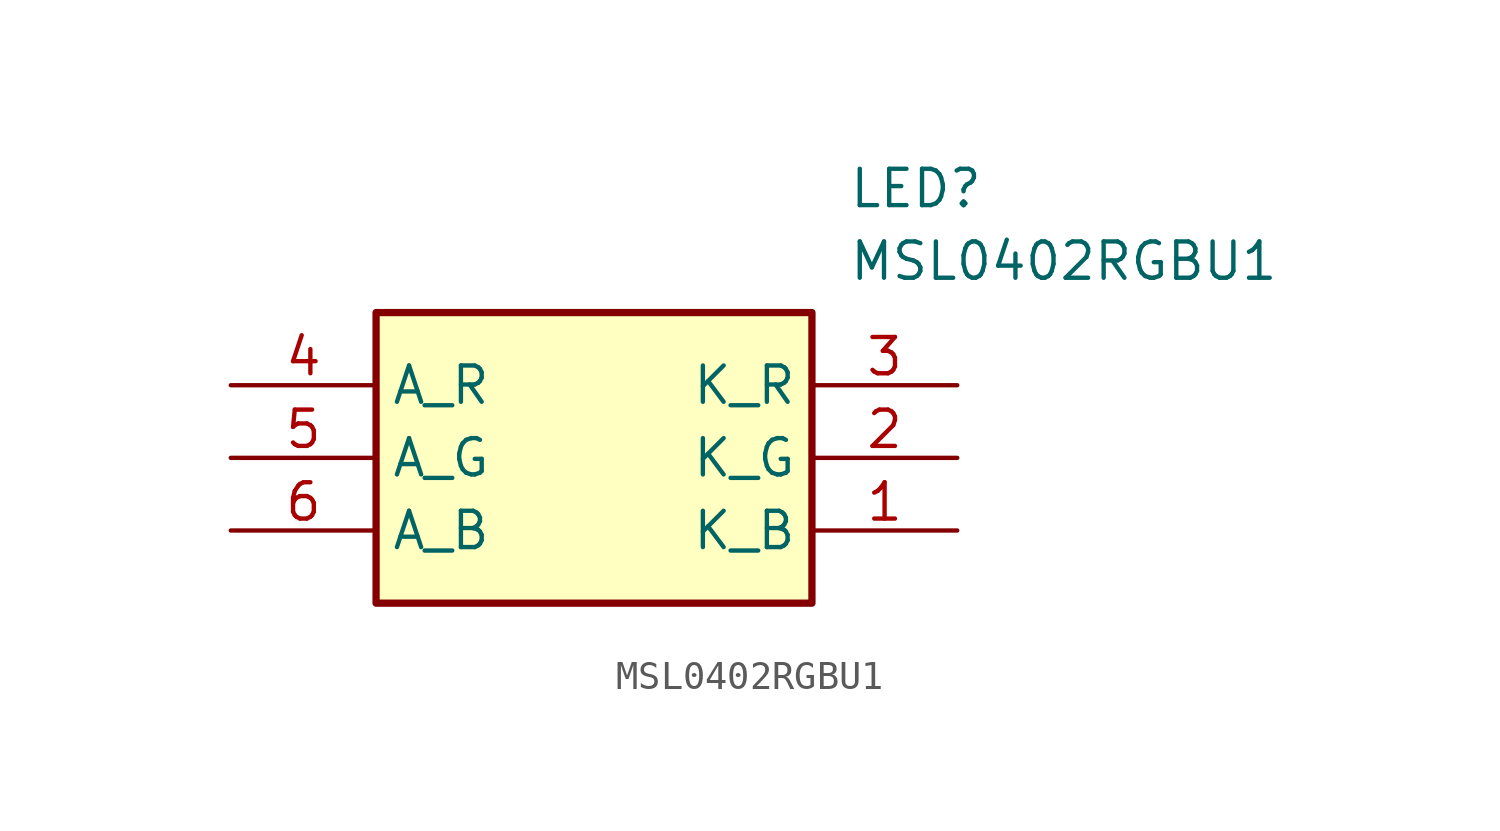
<source format=kicad_sym>
(kicad_symbol_lib
  (version 20211014)
  (generator SamacSys_ECAD_Model)
  (symbol "MSL0402RGBU1"
    (property "Reference" "LED"
      (at 21.59 7.62 0)
      (effects (font (size 1.27 1.27)) (justify left top)))
    (property "Value" "MSL0402RGBU1"
      (at 21.59 5.08 0)
      (effects (font (size 1.27 1.27)) (justify left top)))
    (rectangle
      (start 5.08 2.54)
      (end 20.32 -7.62)
      (stroke (width 0.254) (type default))
      (fill (type background)))
    (pin passive line
      (at 25.4 -5.08 180)
      (length 5.08)
      (name "K_B" (effects (font (size 1.27 1.27))))
      (number "1" (effects (font (size 1.27 1.27)))))
    (pin passive line
      (at 25.4 -2.54 180)
      (length 5.08)
      (name "K_G" (effects (font (size 1.27 1.27))))
      (number "2" (effects (font (size 1.27 1.27)))))
    (pin passive line
      (at 25.4 0 180)
      (length 5.08)
      (name "K_R" (effects (font (size 1.27 1.27))))
      (number "3" (effects (font (size 1.27 1.27)))))
    (pin passive line
      (at 0 0 0)
      (length 5.08)
      (name "A_R" (effects (font (size 1.27 1.27))))
      (number "4" (effects (font (size 1.27 1.27)))))
    (pin passive line
      (at 0 -2.54 0)
      (length 5.08)
      (name "A_G" (effects (font (size 1.27 1.27))))
      (number "5" (effects (font (size 1.27 1.27)))))
    (pin passive line
      (at 0 -5.08 0)
      (length 5.08)
      (name "A_B" (effects (font (size 1.27 1.27))))
      (number "6" (effects (font (size 1.27 1.27)))))))
</source>
